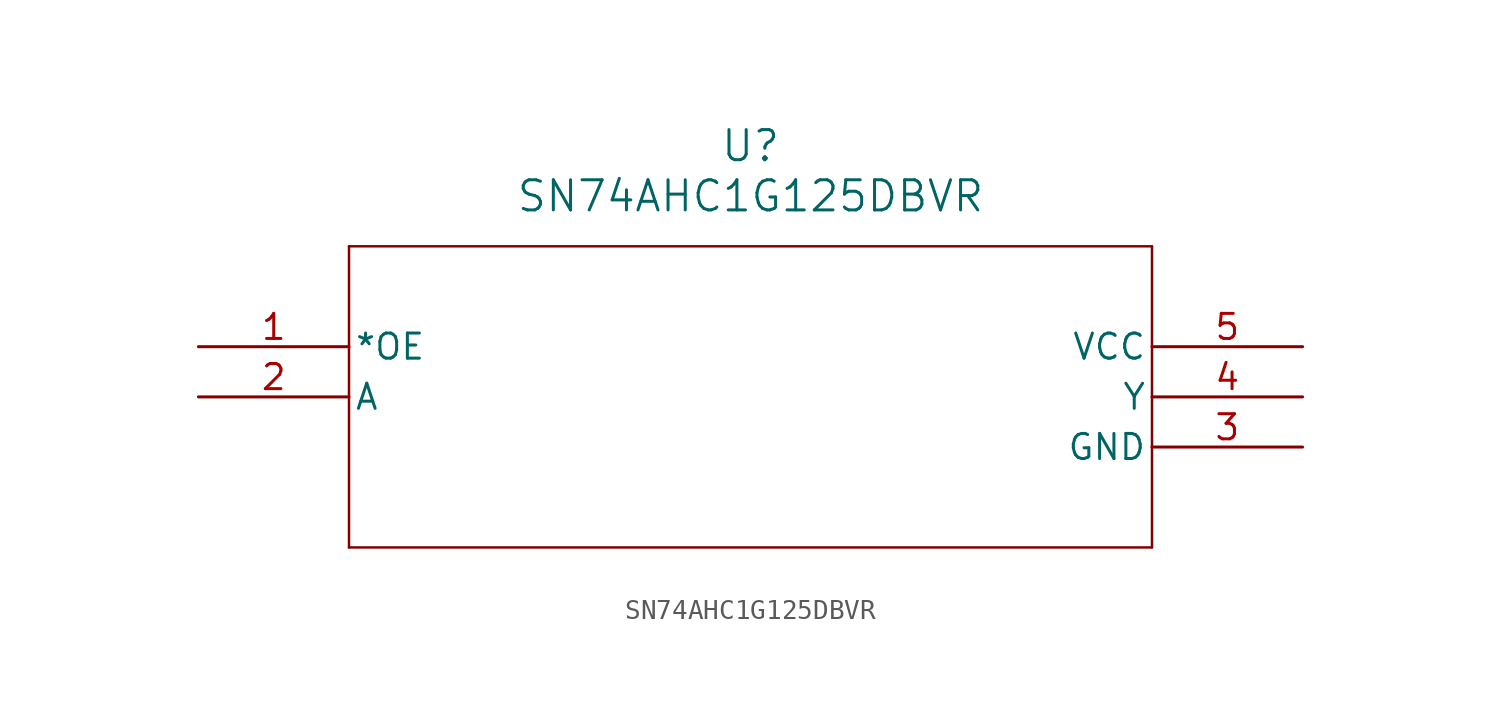
<source format=kicad_sym>
(kicad_symbol_lib
  (version 20211014)
  (generator kicad_symbol_editor)
  (symbol "SN74AHC1G125DBVR"
    (pin_names
      (offset 0.254))
    (property "Reference" "U"
      (at 27.94 10.16 0)
      (effects (font (size 1.524 1.524))))
    (property "Value" "SN74AHC1G125DBVR"
      (at 27.94 7.62 0)
      (effects (font (size 1.524 1.524))))
    (symbol "SN74AHC1G125DBVR_0_1"
      (polyline (pts (xy 7.62 5.08) (xy 7.62 -10.16)) (stroke (width 0.127) (type default) (color 0 0 0 0)) (fill (type none)))
      (polyline (pts (xy 7.62 -10.16) (xy 48.26 -10.16)) (stroke (width 0.127) (type default) (color 0 0 0 0)) (fill (type none)))
      (polyline (pts (xy 48.26 -10.16) (xy 48.26 5.08)) (stroke (width 0.127) (type default) (color 0 0 0 0)) (fill (type none)))
      (polyline (pts (xy 48.26 5.08) (xy 7.62 5.08)) (stroke (width 0.127) (type default) (color 0 0 0 0)) (fill (type none)))
      (pin input line (at 0 0 0) (length 7.62) (name "*OE" (effects (font (size 1.27 1.27)))) (number "1" (effects (font (size 1.27 1.27)))))
      (pin input line (at 0 -2.54 0) (length 7.62) (name "A" (effects (font (size 1.27 1.27)))) (number "2" (effects (font (size 1.27 1.27)))))
      (pin power_in line (at 55.88 -5.08 180) (length 7.62) (name "GND" (effects (font (size 1.27 1.27)))) (number "3" (effects (font (size 1.27 1.27)))))
      (pin output line (at 55.88 -2.54 180) (length 7.62) (name "Y" (effects (font (size 1.27 1.27)))) (number "4" (effects (font (size 1.27 1.27)))))
      (pin power_in line (at 55.88 0 180) (length 7.62) (name "VCC" (effects (font (size 1.27 1.27)))) (number "5" (effects (font (size 1.27 1.27))))))))
</source>
